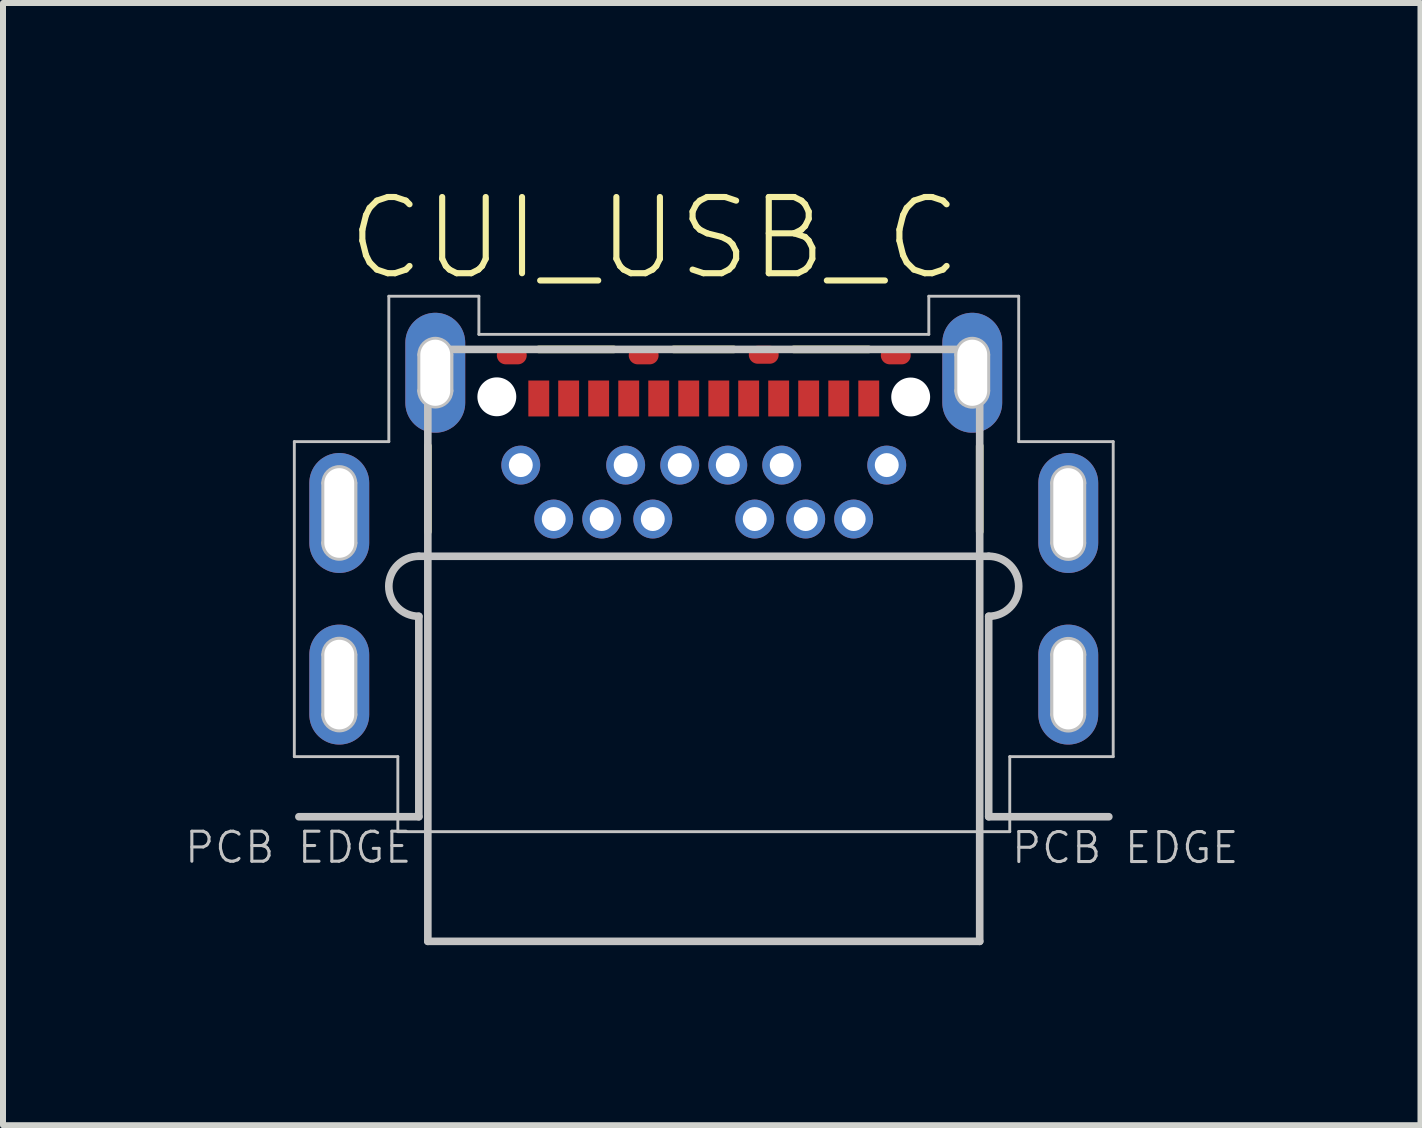
<source format=kicad_pcb>
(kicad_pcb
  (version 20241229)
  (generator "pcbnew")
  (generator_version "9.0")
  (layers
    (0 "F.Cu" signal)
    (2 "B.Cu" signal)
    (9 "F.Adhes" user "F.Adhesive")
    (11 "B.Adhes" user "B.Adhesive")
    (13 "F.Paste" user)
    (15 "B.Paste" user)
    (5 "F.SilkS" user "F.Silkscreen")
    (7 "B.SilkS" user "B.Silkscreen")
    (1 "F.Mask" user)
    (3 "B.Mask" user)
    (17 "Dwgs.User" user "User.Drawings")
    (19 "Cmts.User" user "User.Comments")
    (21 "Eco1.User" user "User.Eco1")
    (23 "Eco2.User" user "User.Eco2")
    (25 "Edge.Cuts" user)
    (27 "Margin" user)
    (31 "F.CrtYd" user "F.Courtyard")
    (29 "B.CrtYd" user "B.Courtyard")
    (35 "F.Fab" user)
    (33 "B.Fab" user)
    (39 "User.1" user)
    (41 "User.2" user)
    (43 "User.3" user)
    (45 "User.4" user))
  (footprint "CUI_USB_C"
    (layer "F.Cu")
    (at 8.679 10.576)
    (property "Reference" "CUI_USB_C" (at -0.822 -9.655 0) (layer "F.SilkS") (effects (font (size 1.27 1.27) (thickness 0.102))))
    (attr smd)
    (fp_poly (pts (xy -4.848 -0.015) (xy -4.848 -3.256) (xy -4.978 -3.289) (xy -5.097 -3.35) (xy -5.199 -3.434) (xy -5.28 -3.538) (xy -5.338 -3.66) (xy -5.366 -3.79) (xy -5.366 -3.922) (xy -5.338 -4.054) (xy -5.28 -4.173) (xy -5.199 -4.277) (xy -5.097 -4.364) (xy -4.978 -4.422) (xy -4.848 -4.455) (xy 4.85 -4.455) (xy 4.977 -4.422) (xy 5.096 -4.364) (xy 5.2 -4.277) (xy 5.281 -4.173) (xy 5.337 -4.054) (xy 5.368 -3.922) (xy 5.368 -3.79) (xy 5.337 -3.66) (xy 5.281 -3.538) (xy 5.2 -3.434) (xy 5.096 -3.35) (xy 4.977 -3.289) (xy 4.85 -3.256) (xy 4.85 -0.015) (xy -4.848 -0.015)) (stroke (width 0.048) (type solid)) (fill yes) (layer "F.Mask"))
    (fp_poly (pts (xy -4.848 -0.015) (xy -4.848 -3.256) (xy -4.978 -3.289) (xy -5.097 -3.35) (xy -5.199 -3.434) (xy -5.28 -3.538) (xy -5.338 -3.66) (xy -5.366 -3.79) (xy -5.366 -3.922) (xy -5.338 -4.054) (xy -5.28 -4.173) (xy -5.199 -4.277) (xy -5.097 -4.364) (xy -4.978 -4.422) (xy -4.848 -4.455) (xy 4.85 -4.455) (xy 4.977 -4.422) (xy 5.096 -4.364) (xy 5.2 -4.277) (xy 5.281 -4.173) (xy 5.337 -4.054) (xy 5.368 -3.922) (xy 5.368 -3.79) (xy 5.337 -3.66) (xy 5.281 -3.538) (xy 5.2 -3.434) (xy 5.096 -3.35) (xy 4.977 -3.289) (xy 4.85 -3.256) (xy 4.85 -0.015) (xy -4.848 -0.015)) (stroke (width 0.048) (type solid)) (fill yes) (layer "B.Mask"))
    (fp_line (start -4.599 -4.765) (end -4.599 -6.195) (stroke (width 0.127) (type solid)) (layer "F.SilkS"))
    (fp_line (start -2.75 -7.803) (end -1.5 -7.803) (stroke (width 0.127) (type solid)) (layer "F.SilkS"))
    (fp_line (start -0.502 -7.803) (end 0.499 -7.803) (stroke (width 0.127) (type solid)) (layer "F.SilkS"))
    (fp_line (start 1.499 -7.803) (end 2.749 -7.803) (stroke (width 0.127) (type solid)) (layer "F.SilkS"))
    (fp_line (start 4.598 -6.195) (end 4.598 -4.765) (stroke (width 0.127) (type solid)) (layer "F.SilkS"))
    (fp_line (start -6.824 -6.266) (end -5.249 -6.266) (stroke (width 0.048) (type solid)) (layer "Dwgs.User"))
    (fp_line (start -6.824 -1.016) (end -6.824 -6.266) (stroke (width 0.048) (type solid)) (layer "Dwgs.User"))
    (fp_line (start -6.324 -5.575) (end -6.324 -4.577) (stroke (width 0.1) (type solid)) (layer "Dwgs.User"))
    (fp_line (start -6.324 -2.715) (end -6.324 -1.717) (stroke (width 0.1) (type solid)) (layer "Dwgs.User"))
    (fp_line (start -5.823 -5.575) (end -5.823 -4.577) (stroke (width 0.1) (type solid)) (layer "Dwgs.User"))
    (fp_line (start -5.823 -2.715) (end -5.823 -1.717) (stroke (width 0.1) (type solid)) (layer "Dwgs.User"))
    (fp_line (start -5.249 -8.689) (end -3.748 -8.689) (stroke (width 0.048) (type solid)) (layer "Dwgs.User"))
    (fp_line (start -5.249 -6.266) (end -5.249 -8.689) (stroke (width 0.048) (type solid)) (layer "Dwgs.User"))
    (fp_line (start -5.099 -1.016) (end -6.824 -1.016) (stroke (width 0.048) (type solid)) (layer "Dwgs.User"))
    (fp_line (start -5.099 0.234) (end -5.099 -1.016) (stroke (width 0.048) (type solid)) (layer "Dwgs.User"))
    (fp_line (start -4.749 -4.356) (end 4.748 -4.356) (stroke (width 0.1) (type solid)) (layer "Dwgs.User"))
    (fp_line (start -4.749 -4.356) (end 4.748 -4.356) (stroke (width 0.127) (type solid)) (layer "Dwgs.User"))
    (fp_line (start -4.749 -3.355) (end -4.749 -0.015) (stroke (width 0.1) (type solid)) (layer "Dwgs.User"))
    (fp_line (start -4.749 -3.355) (end -4.749 -0.015) (stroke (width 0.127) (type solid)) (layer "Dwgs.User"))
    (fp_line (start -4.749 -0.015) (end -6.748 -0.015) (stroke (width 0.127) (type solid)) (layer "Dwgs.User"))
    (fp_line (start -4.724 -7.714) (end -4.724 -7.115) (stroke (width 0.1) (type solid)) (layer "Dwgs.User"))
    (fp_line (start -4.599 -7.803) (end -4.599 2.062) (stroke (width 0.127) (type solid)) (layer "Dwgs.User"))
    (fp_line (start -4.599 -7.803) (end 4.598 -7.803) (stroke (width 0.127) (type solid)) (layer "Dwgs.User"))
    (fp_line (start -4.599 2.062) (end 4.598 2.062) (stroke (width 0.127) (type solid)) (layer "Dwgs.User"))
    (fp_line (start -4.223 -7.714) (end -4.223 -7.115) (stroke (width 0.1) (type solid)) (layer "Dwgs.User"))
    (fp_line (start -3.748 -8.689) (end -3.748 -8.054) (stroke (width 0.048) (type solid)) (layer "Dwgs.User"))
    (fp_line (start -3.748 -8.054) (end 3.75 -8.054) (stroke (width 0.048) (type solid)) (layer "Dwgs.User"))
    (fp_line (start 3.75 -8.689) (end 5.248 -8.689) (stroke (width 0.048) (type solid)) (layer "Dwgs.User"))
    (fp_line (start 3.75 -8.054) (end 3.75 -8.689) (stroke (width 0.048) (type solid)) (layer "Dwgs.User"))
    (fp_line (start 4.225 -7.714) (end 4.225 -7.115) (stroke (width 0.1) (type solid)) (layer "Dwgs.User"))
    (fp_line (start 4.598 -7.803) (end 4.598 2.062) (stroke (width 0.127) (type solid)) (layer "Dwgs.User"))
    (fp_line (start 4.723 -7.714) (end 4.723 -7.115) (stroke (width 0.1) (type solid)) (layer "Dwgs.User"))
    (fp_line (start 4.748 -3.355) (end 4.748 -0.015) (stroke (width 0.1) (type solid)) (layer "Dwgs.User"))
    (fp_line (start 4.748 -3.355) (end 4.748 -0.015) (stroke (width 0.127) (type solid)) (layer "Dwgs.User"))
    (fp_line (start 4.748 -0.015) (end 6.75 -0.015) (stroke (width 0.127) (type solid)) (layer "Dwgs.User"))
    (fp_line (start 5.099 -1.016) (end 5.099 0.234) (stroke (width 0.048) (type solid)) (layer "Dwgs.User"))
    (fp_line (start 5.099 0.234) (end -5.099 0.234) (stroke (width 0.048) (type solid)) (layer "Dwgs.User"))
    (fp_line (start 5.248 -8.689) (end 5.248 -6.266) (stroke (width 0.048) (type solid)) (layer "Dwgs.User"))
    (fp_line (start 5.248 -6.266) (end 6.823 -6.266) (stroke (width 0.048) (type solid)) (layer "Dwgs.User"))
    (fp_line (start 5.822 -5.575) (end 5.822 -4.577) (stroke (width 0.1) (type solid)) (layer "Dwgs.User"))
    (fp_line (start 5.822 -2.715) (end 5.822 -1.717) (stroke (width 0.1) (type solid)) (layer "Dwgs.User"))
    (fp_line (start 6.323 -5.575) (end 6.323 -4.577) (stroke (width 0.1) (type solid)) (layer "Dwgs.User"))
    (fp_line (start 6.323 -2.715) (end 6.323 -1.717) (stroke (width 0.1) (type solid)) (layer "Dwgs.User"))
    (fp_line (start 6.823 -6.266) (end 6.823 -1.016) (stroke (width 0.048) (type solid)) (layer "Dwgs.User"))
    (fp_line (start 6.823 -1.016) (end 5.099 -1.016) (stroke (width 0.048) (type solid)) (layer "Dwgs.User"))
    (fp_arc (start -6.32378 -5.5753) (mid -6.07486 -5.82422) (end -5.82594 -5.5753) (stroke (width 0.1) (type solid)) (layer "Dwgs.User"))
    (fp_arc (start -6.32378 -2.71526) (mid -6.07486 -2.96418) (end -5.82594 -2.71526) (stroke (width 0.1) (type solid)) (layer "Dwgs.User"))
    (fp_arc (start -5.8234 -4.57708) (mid -6.07486 -4.32562) (end -6.32632 -4.57708) (stroke (width 0.1) (type solid)) (layer "Dwgs.User"))
    (fp_arc (start -5.8234 -1.71704) (mid -6.07486 -1.46558) (end -6.32632 -1.71704) (stroke (width 0.1) (type solid)) (layer "Dwgs.User"))
    (fp_arc (start -4.74898 -3.35534) (mid -5.24936 -3.85572) (end -4.74898 -4.3561) (stroke (width 0.1) (type solid)) (layer "Dwgs.User"))
    (fp_arc (start -4.74898 -3.35534) (mid -5.24936 -3.85572) (end -4.74898 -4.3561) (stroke (width 0.127) (type solid)) (layer "Dwgs.User"))
    (fp_arc (start -4.72358 -7.71398) (mid -4.47466 -7.9629) (end -4.22574 -7.71398) (stroke (width 0.1) (type solid)) (layer "Dwgs.User"))
    (fp_arc (start -4.2232 -7.11454) (mid -4.47466 -6.86308) (end -4.72612 -7.11454) (stroke (width 0.1) (type solid)) (layer "Dwgs.User"))
    (fp_arc (start 4.22484 -7.71398) (mid 4.47376 -7.9629) (end 4.72268 -7.71398) (stroke (width 0.1) (type solid)) (layer "Dwgs.User"))
    (fp_arc (start 4.72268 -7.11454) (mid 4.47376 -6.86562) (end 4.22484 -7.11454) (stroke (width 0.1) (type solid)) (layer "Dwgs.User"))
    (fp_arc (start 4.74808 -4.3561) (mid 5.24846 -3.85572) (end 4.74808 -3.35534) (stroke (width 0.1) (type solid)) (layer "Dwgs.User"))
    (fp_arc (start 4.74808 -4.3561) (mid 5.24846 -3.85572) (end 4.74808 -3.35534) (stroke (width 0.127) (type solid)) (layer "Dwgs.User"))
    (fp_arc (start 5.8225 -5.5753) (mid 6.07396 -5.82676) (end 6.32542 -5.5753) (stroke (width 0.1) (type solid)) (layer "Dwgs.User"))
    (fp_arc (start 5.8225 -2.71526) (mid 6.07396 -2.96672) (end 6.32542 -2.71526) (stroke (width 0.1) (type solid)) (layer "Dwgs.User"))
    (fp_arc (start 6.32288 -4.57708) (mid 6.07396 -4.32816) (end 5.82504 -4.57708) (stroke (width 0.1) (type solid)) (layer "Dwgs.User"))
    (fp_arc (start 6.32288 -1.71704) (mid 6.07396 -1.46812) (end 5.82504 -1.71704) (stroke (width 0.1) (type solid)) (layer "Dwgs.User"))
    (fp_text user "PCB EDGE" (at 7.024 0.503 0) (layer "Dwgs.User") (effects (font (size 0.5 0.5) (thickness 0.051))))
    (fp_text user "PCB EDGE" (at -6.758 0.498 0) (layer "Dwgs.User") (effects (font (size 0.5 0.5) (thickness 0.051))))
    (pad "" np_thru_hole circle (at -3.449 -7.013) (size 0.648 0.648) (drill 0.648) (layers "*.Cu" "*.Mask"))
    (pad "" np_thru_hole circle (at 3.448 -7.01) (size 0.648 0.648) (drill 0.648) (layers "*.Cu" "*.Mask"))
    (pad "A1" smd rect (at -2.75 -6.985) (size 0.348 0.599) (layers "F.Cu" "F.Mask" "F.Paste"))
    (pad "A2" smd rect (at -2.252 -6.985) (size 0.348 0.599) (layers "F.Cu" "F.Mask" "F.Paste"))
    (pad "A3" smd rect (at -1.752 -6.985) (size 0.348 0.599) (layers "F.Cu" "F.Mask" "F.Paste"))
    (pad "A4" smd rect (at -1.251 -6.985) (size 0.348 0.599) (layers "F.Cu" "F.Mask" "F.Paste"))
    (pad "A5" smd rect (at -0.751 -6.985) (size 0.348 0.599) (layers "F.Cu" "F.Mask" "F.Paste"))
    (pad "A6" smd rect (at -0.251 -6.985) (size 0.348 0.599) (layers "F.Cu" "F.Mask" "F.Paste"))
    (pad "A7" smd rect (at 0.25 -6.985) (size 0.348 0.599) (layers "F.Cu" "F.Mask" "F.Paste"))
    (pad "A8" smd rect (at 0.748 -6.985) (size 0.348 0.599) (layers "F.Cu" "F.Mask" "F.Paste"))
    (pad "A9" smd rect (at 1.248 -6.985) (size 0.348 0.599) (layers "F.Cu" "F.Mask" "F.Paste"))
    (pad "A10" smd rect (at 1.748 -6.985) (size 0.348 0.599) (layers "F.Cu" "F.Mask" "F.Paste"))
    (pad "A11" smd rect (at 2.249 -6.985) (size 0.348 0.599) (layers "F.Cu" "F.Mask" "F.Paste"))
    (pad "A12" smd rect (at 2.749 -6.985) (size 0.348 0.599) (layers "F.Cu" "F.Mask" "F.Paste"))
    (pad "B1" thru_hole circle (at 3.049 -5.875) (size 0.648 0.648) (drill 0.399) (layers "*.Cu" "*.Paste" "*.Mask"))
    (pad "B2" thru_hole circle (at 2.498 -4.976) (size 0.648 0.648) (drill 0.399) (layers "*.Cu" "*.Paste" "*.Mask"))
    (pad "B3" thru_hole circle (at 1.698 -4.976) (size 0.648 0.648) (drill 0.399) (layers "*.Cu" "*.Paste" "*.Mask"))
    (pad "B4" thru_hole circle (at 1.299 -5.875) (size 0.648 0.648) (drill 0.399) (layers "*.Cu" "*.Paste" "*.Mask"))
    (pad "B5" thru_hole circle (at 0.849 -4.976) (size 0.648 0.648) (drill 0.399) (layers "*.Cu" "*.Paste" "*.Mask"))
    (pad "B6" thru_hole circle (at 0.4 -5.875) (size 0.648 0.648) (drill 0.399) (layers "*.Cu" "*.Paste" "*.Mask"))
    (pad "B7" thru_hole circle (at -0.401 -5.875) (size 0.648 0.648) (drill 0.399) (layers "*.Cu" "*.Paste" "*.Mask"))
    (pad "B8" thru_hole circle (at -0.85 -4.976) (size 0.648 0.648) (drill 0.399) (layers "*.Cu" "*.Paste" "*.Mask"))
    (pad "B9" thru_hole circle (at -1.302 -5.875) (size 0.648 0.648) (drill 0.399) (layers "*.Cu" "*.Paste" "*.Mask"))
    (pad "B10" thru_hole circle (at -1.701 -4.976) (size 0.648 0.648) (drill 0.399) (layers "*.Cu" "*.Paste" "*.Mask"))
    (pad "B11" thru_hole circle (at -2.501 -4.976) (size 0.648 0.648) (drill 0.399) (layers "*.Cu" "*.Paste" "*.Mask"))
    (pad "B12" thru_hole circle (at -3.05 -5.875) (size 0.648 0.648) (drill 0.399) (layers "*.Cu" "*.Paste" "*.Mask"))
    (pad "SH1" thru_hole oval (at -4.475 -7.414 180) (size 0.998 1.999) (drill oval 0.498 1.102) (layers "*.Cu" "*.Paste" "*.Mask"))
    (pad "SH2" thru_hole oval (at 4.474 -7.414 180) (size 0.998 1.999) (drill oval 0.498 1.102) (layers "*.Cu" "*.Paste" "*.Mask"))
    (pad "SH3" thru_hole oval (at -6.075 -5.077 180) (size 0.998 1.999) (drill oval 0.498 1.494) (layers "*.Cu" "*.Paste" "*.Mask"))
    (pad "SH4" thru_hole oval (at 6.074 -5.077 180) (size 0.998 1.999) (drill oval 0.498 1.494) (layers "*.Cu" "*.Paste" "*.Mask"))
    (pad "SH5" thru_hole oval (at -6.075 -2.217 180) (size 0.998 1.999) (drill oval 0.498 1.494) (layers "*.Cu" "*.Paste" "*.Mask"))
    (pad "SH6" thru_hole oval (at 6.074 -2.217 180) (size 0.998 1.999) (drill oval 0.498 1.494) (layers "*.Cu" "*.Paste" "*.Mask"))
    (pad "SH7" smd oval (at -3.2 -7.704) (size 0.498 0.3) (layers "F.Cu" "F.Mask" "F.Paste"))
    (pad "SH8" smd oval (at -1.002 -7.704) (size 0.498 0.3) (layers "F.Cu" "F.Mask" "F.Paste"))
    (pad "SH9" smd oval (at 0.999 -7.714) (size 0.498 0.3) (layers "F.Cu" "F.Mask" "F.Paste"))
    (pad "SH10" smd oval (at 3.199 -7.704) (size 0.498 0.3) (layers "F.Cu" "F.Mask" "F.Paste")))
  (gr_rect
    (start -3 -3)
    (end 20.623 15.702)
    (stroke (width 0.1) (type default))
    (fill no)
    (layer "Edge.Cuts")))
</source>
